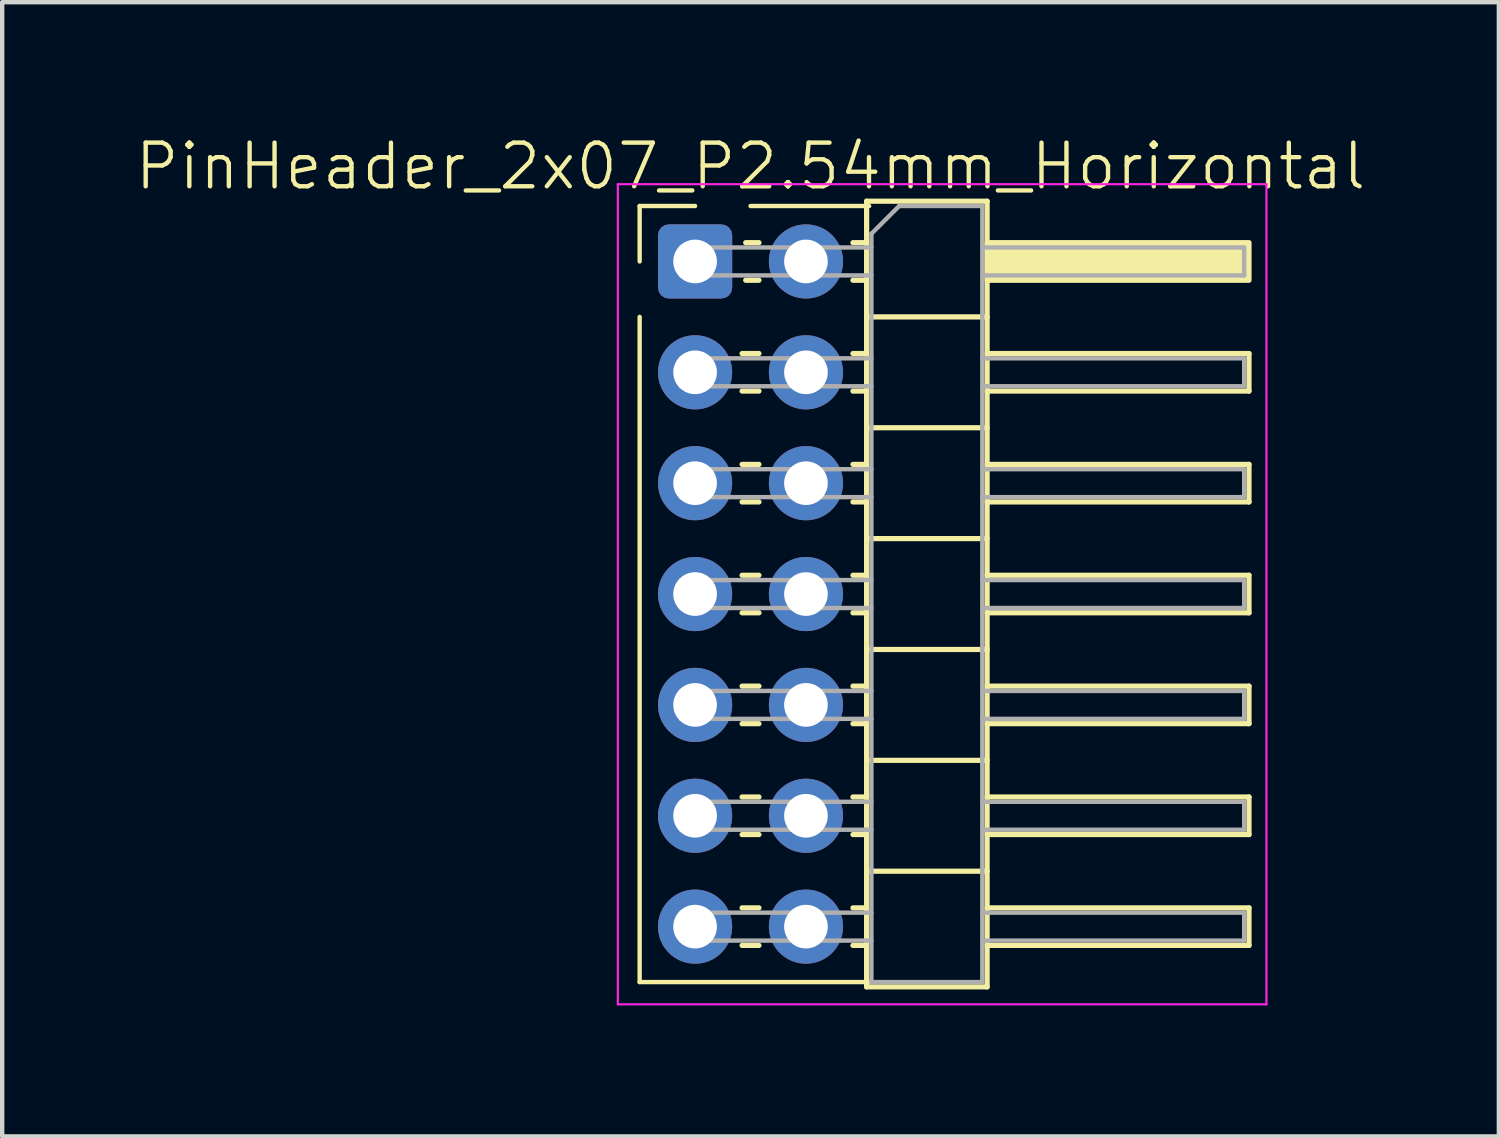
<source format=kicad_pcb>
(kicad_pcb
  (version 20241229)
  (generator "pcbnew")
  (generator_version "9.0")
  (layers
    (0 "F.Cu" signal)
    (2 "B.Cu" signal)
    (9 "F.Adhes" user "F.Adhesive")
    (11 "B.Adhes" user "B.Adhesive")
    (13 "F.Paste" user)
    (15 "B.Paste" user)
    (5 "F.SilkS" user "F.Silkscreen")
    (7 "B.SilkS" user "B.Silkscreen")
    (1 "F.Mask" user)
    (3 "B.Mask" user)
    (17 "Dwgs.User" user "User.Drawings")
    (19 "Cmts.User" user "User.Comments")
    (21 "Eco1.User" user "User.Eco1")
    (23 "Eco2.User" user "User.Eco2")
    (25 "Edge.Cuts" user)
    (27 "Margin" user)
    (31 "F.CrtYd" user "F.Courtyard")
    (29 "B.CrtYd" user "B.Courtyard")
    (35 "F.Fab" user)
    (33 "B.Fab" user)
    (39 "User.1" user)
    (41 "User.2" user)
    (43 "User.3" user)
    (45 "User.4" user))
  (footprint "PinHeader_2x07_P2.54mm_Horizontal"
    (layer "F.Cu")
    (at 14.145 10.56)
    (property "Reference" "PinHeader_2x07_P2.54mm_Horizontal" (at 0 -9.8 0) (layer "F.SilkS") (effects (font (size 1 1) (thickness 0.1))))
    (attr through_hole)
    (fp_line (start -2.54 -8.89) (end -1.27 -8.89) (stroke (width 0.1) (type solid)) (layer "F.SilkS"))
    (fp_line (start -2.54 -7.62) (end -2.54 -8.89) (stroke (width 0.1) (type solid)) (layer "F.SilkS"))
    (fp_line (start -2.54 8.89) (end -2.54 -6.35) (stroke (width 0.1) (type default)) (layer "F.SilkS"))
    (fp_line (start -2.54 8.89) (end 2.718 8.89) (stroke (width 0.1) (type default)) (layer "F.SilkS"))
    (fp_line (start -0.193 -5.51) (end 0.193 -5.51) (stroke (width 0.12) (type solid)) (layer "F.SilkS"))
    (fp_line (start -0.193 -4.65) (end 0.193 -4.65) (stroke (width 0.12) (type solid)) (layer "F.SilkS"))
    (fp_line (start -0.193 -2.97) (end 0.193 -2.97) (stroke (width 0.12) (type solid)) (layer "F.SilkS"))
    (fp_line (start -0.193 -2.11) (end 0.193 -2.11) (stroke (width 0.12) (type solid)) (layer "F.SilkS"))
    (fp_line (start -0.193 -0.43) (end 0.193 -0.43) (stroke (width 0.12) (type solid)) (layer "F.SilkS"))
    (fp_line (start -0.193 0.43) (end 0.193 0.43) (stroke (width 0.12) (type solid)) (layer "F.SilkS"))
    (fp_line (start -0.193 2.11) (end 0.193 2.11) (stroke (width 0.12) (type solid)) (layer "F.SilkS"))
    (fp_line (start -0.193 2.97) (end 0.193 2.97) (stroke (width 0.12) (type solid)) (layer "F.SilkS"))
    (fp_line (start -0.193 4.65) (end 0.193 4.65) (stroke (width 0.12) (type solid)) (layer "F.SilkS"))
    (fp_line (start -0.193 5.51) (end 0.193 5.51) (stroke (width 0.12) (type solid)) (layer "F.SilkS"))
    (fp_line (start -0.193 7.19) (end 0.193 7.19) (stroke (width 0.12) (type solid)) (layer "F.SilkS"))
    (fp_line (start -0.193 8.05) (end 0.193 8.05) (stroke (width 0.12) (type solid)) (layer "F.SilkS"))
    (fp_line (start -0.11 -8.05) (end 0.193 -8.05) (stroke (width 0.12) (type solid)) (layer "F.SilkS"))
    (fp_line (start -0.11 -7.19) (end 0.193 -7.19) (stroke (width 0.12) (type solid)) (layer "F.SilkS"))
    (fp_line (start 0 -8.89) (end 2.718 -8.89) (stroke (width 0.1) (type default)) (layer "F.SilkS"))
    (fp_line (start 2.347 -8.05) (end 2.66 -8.05) (stroke (width 0.12) (type solid)) (layer "F.SilkS"))
    (fp_line (start 2.347 -7.19) (end 2.66 -7.19) (stroke (width 0.12) (type solid)) (layer "F.SilkS"))
    (fp_line (start 2.347 -5.51) (end 2.66 -5.51) (stroke (width 0.12) (type solid)) (layer "F.SilkS"))
    (fp_line (start 2.347 -4.65) (end 2.66 -4.65) (stroke (width 0.12) (type solid)) (layer "F.SilkS"))
    (fp_line (start 2.347 -2.97) (end 2.66 -2.97) (stroke (width 0.12) (type solid)) (layer "F.SilkS"))
    (fp_line (start 2.347 -2.11) (end 2.66 -2.11) (stroke (width 0.12) (type solid)) (layer "F.SilkS"))
    (fp_line (start 2.347 -0.43) (end 2.66 -0.43) (stroke (width 0.12) (type solid)) (layer "F.SilkS"))
    (fp_line (start 2.347 0.43) (end 2.66 0.43) (stroke (width 0.12) (type solid)) (layer "F.SilkS"))
    (fp_line (start 2.347 2.11) (end 2.66 2.11) (stroke (width 0.12) (type solid)) (layer "F.SilkS"))
    (fp_line (start 2.347 2.97) (end 2.66 2.97) (stroke (width 0.12) (type solid)) (layer "F.SilkS"))
    (fp_line (start 2.347 4.65) (end 2.66 4.65) (stroke (width 0.12) (type solid)) (layer "F.SilkS"))
    (fp_line (start 2.347 5.51) (end 2.66 5.51) (stroke (width 0.12) (type solid)) (layer "F.SilkS"))
    (fp_line (start 2.347 7.19) (end 2.66 7.19) (stroke (width 0.12) (type solid)) (layer "F.SilkS"))
    (fp_line (start 2.347 8.05) (end 2.66 8.05) (stroke (width 0.12) (type solid)) (layer "F.SilkS"))
    (fp_line (start 2.66 -9) (end 2.66 9) (stroke (width 0.12) (type solid)) (layer "F.SilkS"))
    (fp_line (start 2.66 -6.35) (end 5.42 -6.35) (stroke (width 0.12) (type solid)) (layer "F.SilkS"))
    (fp_line (start 2.66 -3.81) (end 5.42 -3.81) (stroke (width 0.12) (type solid)) (layer "F.SilkS"))
    (fp_line (start 2.66 -1.27) (end 5.42 -1.27) (stroke (width 0.12) (type solid)) (layer "F.SilkS"))
    (fp_line (start 2.66 1.27) (end 5.42 1.27) (stroke (width 0.12) (type solid)) (layer "F.SilkS"))
    (fp_line (start 2.66 3.81) (end 5.42 3.81) (stroke (width 0.12) (type solid)) (layer "F.SilkS"))
    (fp_line (start 2.66 6.35) (end 5.42 6.35) (stroke (width 0.12) (type solid)) (layer "F.SilkS"))
    (fp_line (start 2.66 9) (end 5.42 9) (stroke (width 0.12) (type solid)) (layer "F.SilkS"))
    (fp_line (start 5.42 -9) (end 2.66 -9) (stroke (width 0.12) (type solid)) (layer "F.SilkS"))
    (fp_line (start 5.42 -5.51) (end 11.42 -5.51) (stroke (width 0.12) (type solid)) (layer "F.SilkS"))
    (fp_line (start 5.42 -2.97) (end 11.42 -2.97) (stroke (width 0.12) (type solid)) (layer "F.SilkS"))
    (fp_line (start 5.42 -0.43) (end 11.42 -0.43) (stroke (width 0.12) (type solid)) (layer "F.SilkS"))
    (fp_line (start 5.42 2.11) (end 11.42 2.11) (stroke (width 0.12) (type solid)) (layer "F.SilkS"))
    (fp_line (start 5.42 4.65) (end 11.42 4.65) (stroke (width 0.12) (type solid)) (layer "F.SilkS"))
    (fp_line (start 5.42 7.19) (end 11.42 7.19) (stroke (width 0.12) (type solid)) (layer "F.SilkS"))
    (fp_line (start 5.42 9) (end 5.42 -9) (stroke (width 0.12) (type solid)) (layer "F.SilkS"))
    (fp_line (start 11.42 -5.51) (end 11.42 -4.65) (stroke (width 0.12) (type solid)) (layer "F.SilkS"))
    (fp_line (start 11.42 -4.65) (end 5.42 -4.65) (stroke (width 0.12) (type solid)) (layer "F.SilkS"))
    (fp_line (start 11.42 -2.97) (end 11.42 -2.11) (stroke (width 0.12) (type solid)) (layer "F.SilkS"))
    (fp_line (start 11.42 -2.11) (end 5.42 -2.11) (stroke (width 0.12) (type solid)) (layer "F.SilkS"))
    (fp_line (start 11.42 -0.43) (end 11.42 0.43) (stroke (width 0.12) (type solid)) (layer "F.SilkS"))
    (fp_line (start 11.42 0.43) (end 5.42 0.43) (stroke (width 0.12) (type solid)) (layer "F.SilkS"))
    (fp_line (start 11.42 2.11) (end 11.42 2.97) (stroke (width 0.12) (type solid)) (layer "F.SilkS"))
    (fp_line (start 11.42 2.97) (end 5.42 2.97) (stroke (width 0.12) (type solid)) (layer "F.SilkS"))
    (fp_line (start 11.42 4.65) (end 11.42 5.51) (stroke (width 0.12) (type solid)) (layer "F.SilkS"))
    (fp_line (start 11.42 5.51) (end 5.42 5.51) (stroke (width 0.12) (type solid)) (layer "F.SilkS"))
    (fp_line (start 11.42 7.19) (end 11.42 8.05) (stroke (width 0.12) (type solid)) (layer "F.SilkS"))
    (fp_line (start 11.42 8.05) (end 5.42 8.05) (stroke (width 0.12) (type solid)) (layer "F.SilkS"))
    (fp_rect (start 5.42 -8.05) (end 11.42 -7.19) (stroke (width 0.12) (type solid)) (fill yes) (layer "F.SilkS"))
    (fp_line (start -3.04 -9.39) (end -3.04 9.4) (stroke (width 0.05) (type solid)) (layer "F.CrtYd"))
    (fp_line (start -3.04 9.4) (end 11.82 9.4) (stroke (width 0.05) (type solid)) (layer "F.CrtYd"))
    (fp_line (start 11.82 -9.39) (end -3.04 -9.39) (stroke (width 0.05) (type solid)) (layer "F.CrtYd"))
    (fp_line (start 11.82 9.4) (end 11.82 -9.39) (stroke (width 0.05) (type solid)) (layer "F.CrtYd"))
    (fp_line (start -1.59 -7.94) (end -1.59 -7.3) (stroke (width 0.1) (type solid)) (layer "F.Fab"))
    (fp_line (start -1.59 -7.94) (end 2.77 -7.94) (stroke (width 0.1) (type solid)) (layer "F.Fab"))
    (fp_line (start -1.59 -7.3) (end 2.77 -7.3) (stroke (width 0.1) (type solid)) (layer "F.Fab"))
    (fp_line (start -1.59 -5.4) (end -1.59 -4.76) (stroke (width 0.1) (type solid)) (layer "F.Fab"))
    (fp_line (start -1.59 -5.4) (end 2.77 -5.4) (stroke (width 0.1) (type solid)) (layer "F.Fab"))
    (fp_line (start -1.59 -4.76) (end 2.77 -4.76) (stroke (width 0.1) (type solid)) (layer "F.Fab"))
    (fp_line (start -1.59 -2.86) (end -1.59 -2.22) (stroke (width 0.1) (type solid)) (layer "F.Fab"))
    (fp_line (start -1.59 -2.86) (end 2.77 -2.86) (stroke (width 0.1) (type solid)) (layer "F.Fab"))
    (fp_line (start -1.59 -2.22) (end 2.77 -2.22) (stroke (width 0.1) (type solid)) (layer "F.Fab"))
    (fp_line (start -1.59 -0.32) (end -1.59 0.32) (stroke (width 0.1) (type solid)) (layer "F.Fab"))
    (fp_line (start -1.59 -0.32) (end 2.77 -0.32) (stroke (width 0.1) (type solid)) (layer "F.Fab"))
    (fp_line (start -1.59 0.32) (end 2.77 0.32) (stroke (width 0.1) (type solid)) (layer "F.Fab"))
    (fp_line (start -1.59 2.22) (end -1.59 2.86) (stroke (width 0.1) (type solid)) (layer "F.Fab"))
    (fp_line (start -1.59 2.22) (end 2.77 2.22) (stroke (width 0.1) (type solid)) (layer "F.Fab"))
    (fp_line (start -1.59 2.86) (end 2.77 2.86) (stroke (width 0.1) (type solid)) (layer "F.Fab"))
    (fp_line (start -1.59 4.76) (end -1.59 5.4) (stroke (width 0.1) (type solid)) (layer "F.Fab"))
    (fp_line (start -1.59 4.76) (end 2.77 4.76) (stroke (width 0.1) (type solid)) (layer "F.Fab"))
    (fp_line (start -1.59 5.4) (end 2.77 5.4) (stroke (width 0.1) (type solid)) (layer "F.Fab"))
    (fp_line (start -1.59 7.3) (end -1.59 7.94) (stroke (width 0.1) (type solid)) (layer "F.Fab"))
    (fp_line (start -1.59 7.3) (end 2.77 7.3) (stroke (width 0.1) (type solid)) (layer "F.Fab"))
    (fp_line (start -1.59 7.94) (end 2.77 7.94) (stroke (width 0.1) (type solid)) (layer "F.Fab"))
    (fp_line (start 2.77 -8.255) (end 3.405 -8.89) (stroke (width 0.1) (type solid)) (layer "F.Fab"))
    (fp_line (start 2.77 8.89) (end 2.77 -8.255) (stroke (width 0.1) (type solid)) (layer "F.Fab"))
    (fp_line (start 3.405 -8.89) (end 5.31 -8.89) (stroke (width 0.1) (type solid)) (layer "F.Fab"))
    (fp_line (start 5.31 -8.89) (end 5.31 8.89) (stroke (width 0.1) (type solid)) (layer "F.Fab"))
    (fp_line (start 5.31 -7.94) (end 11.31 -7.94) (stroke (width 0.1) (type solid)) (layer "F.Fab"))
    (fp_line (start 5.31 -7.3) (end 11.31 -7.3) (stroke (width 0.1) (type solid)) (layer "F.Fab"))
    (fp_line (start 5.31 -5.4) (end 11.31 -5.4) (stroke (width 0.1) (type solid)) (layer "F.Fab"))
    (fp_line (start 5.31 -4.76) (end 11.31 -4.76) (stroke (width 0.1) (type solid)) (layer "F.Fab"))
    (fp_line (start 5.31 -2.86) (end 11.31 -2.86) (stroke (width 0.1) (type solid)) (layer "F.Fab"))
    (fp_line (start 5.31 -2.22) (end 11.31 -2.22) (stroke (width 0.1) (type solid)) (layer "F.Fab"))
    (fp_line (start 5.31 -0.32) (end 11.31 -0.32) (stroke (width 0.1) (type solid)) (layer "F.Fab"))
    (fp_line (start 5.31 0.32) (end 11.31 0.32) (stroke (width 0.1) (type solid)) (layer "F.Fab"))
    (fp_line (start 5.31 2.22) (end 11.31 2.22) (stroke (width 0.1) (type solid)) (layer "F.Fab"))
    (fp_line (start 5.31 2.86) (end 11.31 2.86) (stroke (width 0.1) (type solid)) (layer "F.Fab"))
    (fp_line (start 5.31 4.76) (end 11.31 4.76) (stroke (width 0.1) (type solid)) (layer "F.Fab"))
    (fp_line (start 5.31 5.4) (end 11.31 5.4) (stroke (width 0.1) (type solid)) (layer "F.Fab"))
    (fp_line (start 5.31 7.3) (end 11.31 7.3) (stroke (width 0.1) (type solid)) (layer "F.Fab"))
    (fp_line (start 5.31 7.94) (end 11.31 7.94) (stroke (width 0.1) (type solid)) (layer "F.Fab"))
    (fp_line (start 5.31 8.89) (end 2.77 8.89) (stroke (width 0.1) (type solid)) (layer "F.Fab"))
    (fp_line (start 11.31 -7.94) (end 11.31 -7.3) (stroke (width 0.1) (type solid)) (layer "F.Fab"))
    (fp_line (start 11.31 -5.4) (end 11.31 -4.76) (stroke (width 0.1) (type solid)) (layer "F.Fab"))
    (fp_line (start 11.31 -2.86) (end 11.31 -2.22) (stroke (width 0.1) (type solid)) (layer "F.Fab"))
    (fp_line (start 11.31 -0.32) (end 11.31 0.32) (stroke (width 0.1) (type solid)) (layer "F.Fab"))
    (fp_line (start 11.31 2.22) (end 11.31 2.86) (stroke (width 0.1) (type solid)) (layer "F.Fab"))
    (fp_line (start 11.31 4.76) (end 11.31 5.4) (stroke (width 0.1) (type solid)) (layer "F.Fab"))
    (fp_line (start 11.31 7.3) (end 11.31 7.94) (stroke (width 0.1) (type solid)) (layer "F.Fab"))
    (pad "1" thru_hole roundrect (at -1.27 -7.62) (size 1.7 1.7) (drill 1) (layers "*.Cu" "*.Mask") (roundrect_rratio 0.147))
    (pad "2" thru_hole circle (at 1.27 -7.62) (size 1.7 1.7) (drill 1) (layers "*.Cu" "*.Mask"))
    (pad "3" thru_hole circle (at -1.27 -5.08) (size 1.7 1.7) (drill 1) (layers "*.Cu" "*.Mask"))
    (pad "4" thru_hole circle (at 1.27 -5.08) (size 1.7 1.7) (drill 1) (layers "*.Cu" "*.Mask"))
    (pad "5" thru_hole circle (at -1.27 -2.54) (size 1.7 1.7) (drill 1) (layers "*.Cu" "*.Mask"))
    (pad "6" thru_hole circle (at 1.27 -2.54) (size 1.7 1.7) (drill 1) (layers "*.Cu" "*.Mask"))
    (pad "7" thru_hole circle (at -1.27 0) (size 1.7 1.7) (drill 1) (layers "*.Cu" "*.Mask"))
    (pad "8" thru_hole circle (at 1.27 0) (size 1.7 1.7) (drill 1) (layers "*.Cu" "*.Mask"))
    (pad "9" thru_hole circle (at -1.27 2.54) (size 1.7 1.7) (drill 1) (layers "*.Cu" "*.Mask"))
    (pad "10" thru_hole circle (at 1.27 2.54) (size 1.7 1.7) (drill 1) (layers "*.Cu" "*.Mask"))
    (pad "11" thru_hole circle (at -1.27 5.08) (size 1.7 1.7) (drill 1) (layers "*.Cu" "*.Mask"))
    (pad "12" thru_hole circle (at 1.27 5.08) (size 1.7 1.7) (drill 1) (layers "*.Cu" "*.Mask"))
    (pad "13" thru_hole circle (at -1.27 7.62) (size 1.7 1.7) (drill 1) (layers "*.Cu" "*.Mask"))
    (pad "14" thru_hole circle (at 1.27 7.62) (size 1.7 1.7) (drill 1) (layers "*.Cu" "*.Mask")))
  (gr_rect
    (start -3 -3)
    (end 31.29 22.985)
    (stroke (width 0.1) (type default))
    (fill no)
    (layer "Edge.Cuts")))
</source>
